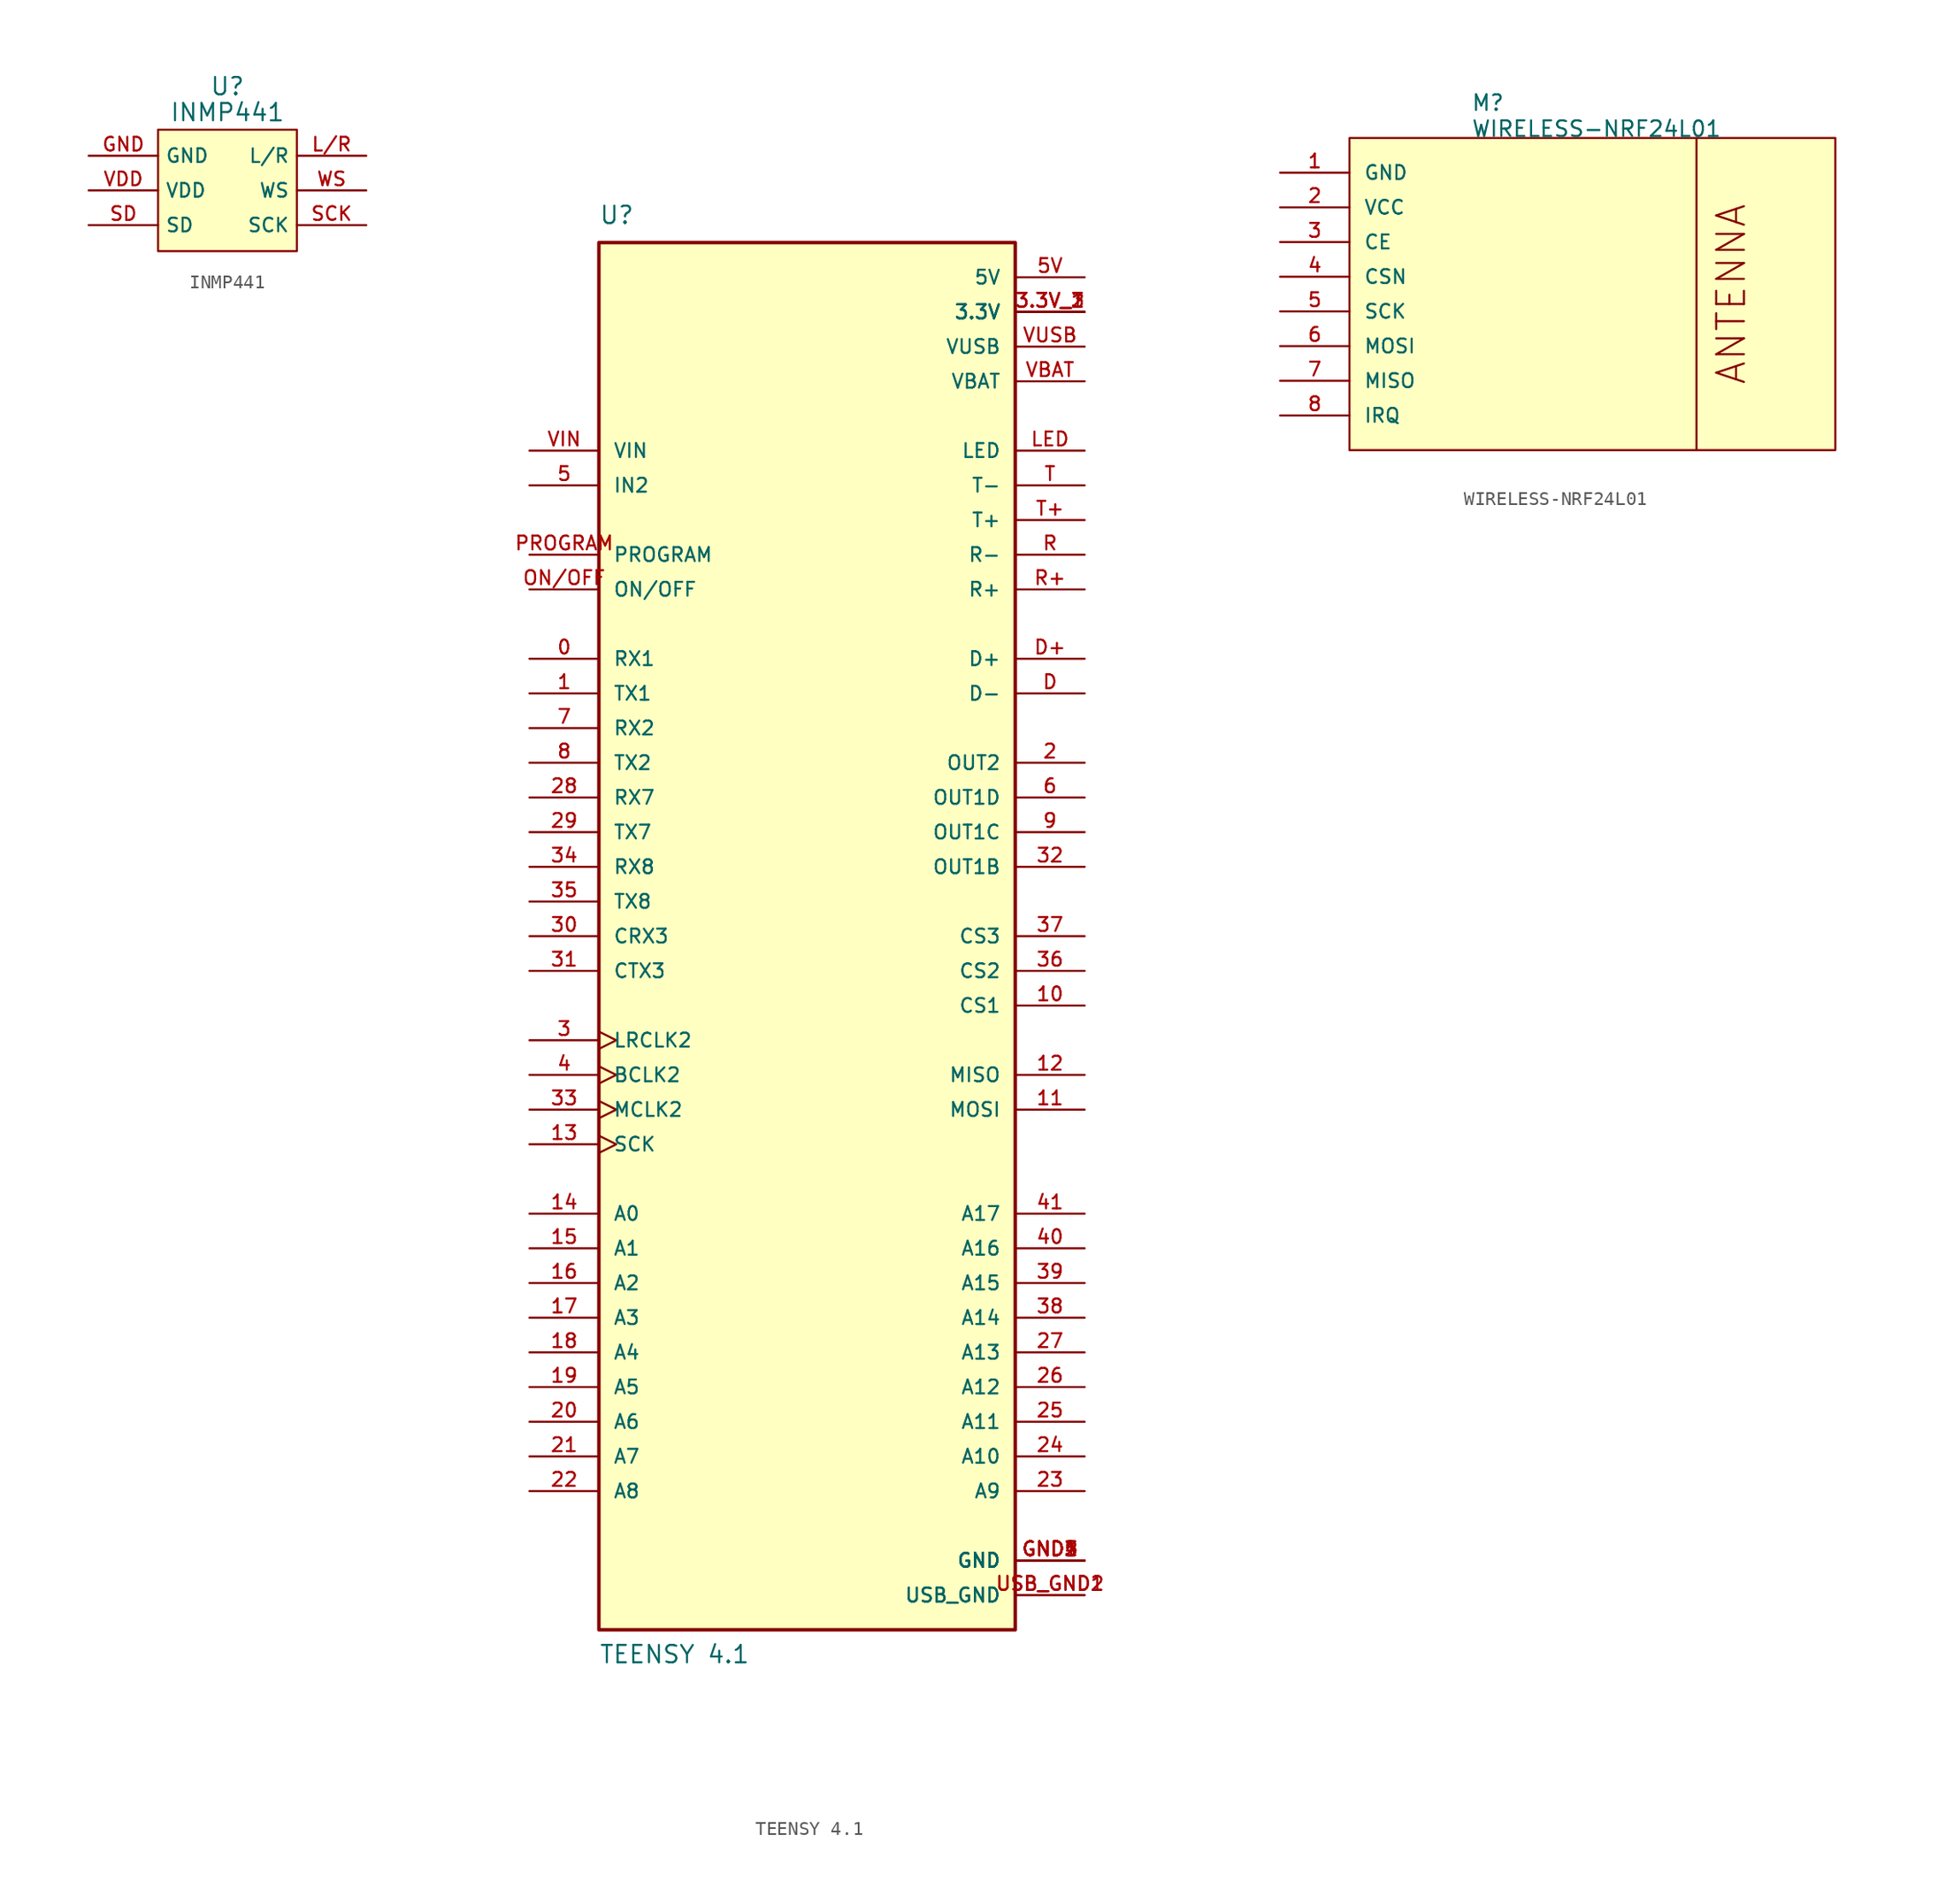
<source format=kicad_sym>
(kicad_symbol_lib
  (version 20231120)
  (generator "kicad_symbol_editor")
  (generator_version "8.0")
  (symbol "INMP441"
    (property "Reference" "U"
      (at 0 7.62 0)
      (effects (font (size 1.27 1.27))))
    (property "Value" "INMP441"
      (at 0 5.715 0)
      (effects (font (size 1.27 1.27))))
    (symbol "INMP441_0_1"
      (rectangle (start -5.08 4.445) (end 5.08 -4.445) (stroke (width 0) (type default)) (fill (type background))))
    (symbol "INMP441_1_1"
      (pin input line (at -10.16 2.54 0) (length 5.08) (name "GND" (effects (font (size 1 1)))) (number "GND" (effects (font (size 1 1)))))
      (pin input line (at 10.16 2.54 180) (length 5.08) (name "L/R" (effects (font (size 1 1)))) (number "L/R" (effects (font (size 1 1)))))
      (pin input line (at 10.16 -2.54 180) (length 5.08) (name "SCK" (effects (font (size 1 1)))) (number "SCK" (effects (font (size 1 1)))))
      (pin input line (at -10.16 -2.54 0) (length 5.08) (name "SD" (effects (font (size 1 1)))) (number "SD" (effects (font (size 1 1)))))
      (pin input line (at -10.16 0 0) (length 5.08) (name "VDD" (effects (font (size 1 1)))) (number "VDD" (effects (font (size 1 1)))))
      (pin input line (at 10.16 0 180) (length 5.08) (name "WS" (effects (font (size 1 1)))) (number "WS" (effects (font (size 1 1)))))))
  (symbol "TEENSY 4.1"
    (pin_names
      (offset 1.016))
    (property "Reference" "U"
      (at -15.24 52.07 0)
      (effects (font (size 1.27 1.27)) (justify left bottom)))
    (property "Value" "TEENSY 4.1"
      (at -15.24 -53.34 0)
      (effects (font (size 1.27 1.27)) (justify left bottom)))
    (symbol "TEENSY 4.1_0_0"
      (rectangle (start -15.24 -50.8) (end 15.24 50.8) (stroke (width 0.254) (type default)) (fill (type background)))
      (pin bidirectional line (at -20.32 20.32 0) (length 5.08) (name "RX1" (effects (font (size 1.016 1.016)))) (number "0" (effects (font (size 1.016 1.016)))))
      (pin bidirectional line (at -20.32 17.78 0) (length 5.08) (name "TX1" (effects (font (size 1.016 1.016)))) (number "1" (effects (font (size 1.016 1.016)))))
      (pin bidirectional line (at 20.32 -5.08 180) (length 5.08) (name "CS1" (effects (font (size 1.016 1.016)))) (number "10" (effects (font (size 1.016 1.016)))))
      (pin bidirectional line (at 20.32 -12.7 180) (length 5.08) (name "MOSI" (effects (font (size 1.016 1.016)))) (number "11" (effects (font (size 1.016 1.016)))))
      (pin bidirectional line (at 20.32 -10.16 180) (length 5.08) (name "MISO" (effects (font (size 1.016 1.016)))) (number "12" (effects (font (size 1.016 1.016)))))
      (pin bidirectional clock (at -20.32 -15.24 0) (length 5.08) (name "SCK" (effects (font (size 1.016 1.016)))) (number "13" (effects (font (size 1.016 1.016)))))
      (pin bidirectional line (at -20.32 -20.32 0) (length 5.08) (name "A0" (effects (font (size 1.016 1.016)))) (number "14" (effects (font (size 1.016 1.016)))))
      (pin bidirectional line (at -20.32 -22.86 0) (length 5.08) (name "A1" (effects (font (size 1.016 1.016)))) (number "15" (effects (font (size 1.016 1.016)))))
      (pin bidirectional line (at -20.32 -25.4 0) (length 5.08) (name "A2" (effects (font (size 1.016 1.016)))) (number "16" (effects (font (size 1.016 1.016)))))
      (pin bidirectional line (at -20.32 -27.94 0) (length 5.08) (name "A3" (effects (font (size 1.016 1.016)))) (number "17" (effects (font (size 1.016 1.016)))))
      (pin bidirectional line (at -20.32 -30.48 0) (length 5.08) (name "A4" (effects (font (size 1.016 1.016)))) (number "18" (effects (font (size 1.016 1.016)))))
      (pin bidirectional line (at -20.32 -33.02 0) (length 5.08) (name "A5" (effects (font (size 1.016 1.016)))) (number "19" (effects (font (size 1.016 1.016)))))
      (pin output line (at 20.32 12.7 180) (length 5.08) (name "OUT2" (effects (font (size 1.016 1.016)))) (number "2" (effects (font (size 1.016 1.016)))))
      (pin bidirectional line (at -20.32 -35.56 0) (length 5.08) (name "A6" (effects (font (size 1.016 1.016)))) (number "20" (effects (font (size 1.016 1.016)))))
      (pin bidirectional line (at -20.32 -38.1 0) (length 5.08) (name "A7" (effects (font (size 1.016 1.016)))) (number "21" (effects (font (size 1.016 1.016)))))
      (pin bidirectional line (at -20.32 -40.64 0) (length 5.08) (name "A8" (effects (font (size 1.016 1.016)))) (number "22" (effects (font (size 1.016 1.016)))))
      (pin bidirectional line (at 20.32 -40.64 180) (length 5.08) (name "A9" (effects (font (size 1.016 1.016)))) (number "23" (effects (font (size 1.016 1.016)))))
      (pin bidirectional line (at 20.32 -38.1 180) (length 5.08) (name "A10" (effects (font (size 1.016 1.016)))) (number "24" (effects (font (size 1.016 1.016)))))
      (pin bidirectional line (at 20.32 -35.56 180) (length 5.08) (name "A11" (effects (font (size 1.016 1.016)))) (number "25" (effects (font (size 1.016 1.016)))))
      (pin bidirectional line (at 20.32 -33.02 180) (length 5.08) (name "A12" (effects (font (size 1.016 1.016)))) (number "26" (effects (font (size 1.016 1.016)))))
      (pin bidirectional line (at 20.32 -30.48 180) (length 5.08) (name "A13" (effects (font (size 1.016 1.016)))) (number "27" (effects (font (size 1.016 1.016)))))
      (pin bidirectional line (at -20.32 10.16 0) (length 5.08) (name "RX7" (effects (font (size 1.016 1.016)))) (number "28" (effects (font (size 1.016 1.016)))))
      (pin bidirectional line (at -20.32 7.62 0) (length 5.08) (name "TX7" (effects (font (size 1.016 1.016)))) (number "29" (effects (font (size 1.016 1.016)))))
      (pin bidirectional clock (at -20.32 -7.62 0) (length 5.08) (name "LRCLK2" (effects (font (size 1.016 1.016)))) (number "3" (effects (font (size 1.016 1.016)))))
      (pin power_in line (at 20.32 45.72 180) (length 5.08) (name "3.3V" (effects (font (size 1.016 1.016)))) (number "3.3V_1" (effects (font (size 1.016 1.016)))))
      (pin power_in line (at 20.32 45.72 180) (length 5.08) (name "3.3V" (effects (font (size 1.016 1.016)))) (number "3.3V_2" (effects (font (size 1.016 1.016)))))
      (pin power_in line (at 20.32 45.72 180) (length 5.08) (name "3.3V" (effects (font (size 1.016 1.016)))) (number "3.3V_3" (effects (font (size 1.016 1.016)))))
      (pin bidirectional line (at -20.32 0 0) (length 5.08) (name "CRX3" (effects (font (size 1.016 1.016)))) (number "30" (effects (font (size 1.016 1.016)))))
      (pin bidirectional line (at -20.32 -2.54 0) (length 5.08) (name "CTX3" (effects (font (size 1.016 1.016)))) (number "31" (effects (font (size 1.016 1.016)))))
      (pin output line (at 20.32 5.08 180) (length 5.08) (name "OUT1B" (effects (font (size 1.016 1.016)))) (number "32" (effects (font (size 1.016 1.016)))))
      (pin bidirectional clock (at -20.32 -12.7 0) (length 5.08) (name "MCLK2" (effects (font (size 1.016 1.016)))) (number "33" (effects (font (size 1.016 1.016)))))
      (pin bidirectional line (at -20.32 5.08 0) (length 5.08) (name "RX8" (effects (font (size 1.016 1.016)))) (number "34" (effects (font (size 1.016 1.016)))))
      (pin bidirectional line (at -20.32 2.54 0) (length 5.08) (name "TX8" (effects (font (size 1.016 1.016)))) (number "35" (effects (font (size 1.016 1.016)))))
      (pin bidirectional line (at 20.32 -2.54 180) (length 5.08) (name "CS2" (effects (font (size 1.016 1.016)))) (number "36" (effects (font (size 1.016 1.016)))))
      (pin bidirectional line (at 20.32 0 180) (length 5.08) (name "CS3" (effects (font (size 1.016 1.016)))) (number "37" (effects (font (size 1.016 1.016)))))
      (pin bidirectional line (at 20.32 -27.94 180) (length 5.08) (name "A14" (effects (font (size 1.016 1.016)))) (number "38" (effects (font (size 1.016 1.016)))))
      (pin bidirectional line (at 20.32 -25.4 180) (length 5.08) (name "A15" (effects (font (size 1.016 1.016)))) (number "39" (effects (font (size 1.016 1.016)))))
      (pin bidirectional clock (at -20.32 -10.16 0) (length 5.08) (name "BCLK2" (effects (font (size 1.016 1.016)))) (number "4" (effects (font (size 1.016 1.016)))))
      (pin bidirectional line (at 20.32 -22.86 180) (length 5.08) (name "A16" (effects (font (size 1.016 1.016)))) (number "40" (effects (font (size 1.016 1.016)))))
      (pin bidirectional line (at 20.32 -20.32 180) (length 5.08) (name "A17" (effects (font (size 1.016 1.016)))) (number "41" (effects (font (size 1.016 1.016)))))
      (pin bidirectional line (at -20.32 33.02 0) (length 5.08) (name "IN2" (effects (font (size 1.016 1.016)))) (number "5" (effects (font (size 1.016 1.016)))))
      (pin power_in line (at 20.32 48.26 180) (length 5.08) (name "5V" (effects (font (size 1.016 1.016)))) (number "5V" (effects (font (size 1.016 1.016)))))
      (pin output line (at 20.32 10.16 180) (length 5.08) (name "OUT1D" (effects (font (size 1.016 1.016)))) (number "6" (effects (font (size 1.016 1.016)))))
      (pin bidirectional line (at -20.32 15.24 0) (length 5.08) (name "RX2" (effects (font (size 1.016 1.016)))) (number "7" (effects (font (size 1.016 1.016)))))
      (pin bidirectional line (at -20.32 12.7 0) (length 5.08) (name "TX2" (effects (font (size 1.016 1.016)))) (number "8" (effects (font (size 1.016 1.016)))))
      (pin output line (at 20.32 7.62 180) (length 5.08) (name "OUT1C" (effects (font (size 1.016 1.016)))) (number "9" (effects (font (size 1.016 1.016)))))
      (pin bidirectional line (at 20.32 17.78 180) (length 5.08) (name "D-" (effects (font (size 1.016 1.016)))) (number "D" (effects (font (size 1.016 1.016)))))
      (pin bidirectional line (at 20.32 20.32 180) (length 5.08) (name "D+" (effects (font (size 1.016 1.016)))) (number "D+" (effects (font (size 1.016 1.016)))))
      (pin power_in line (at 20.32 -45.72 180) (length 5.08) (name "GND" (effects (font (size 1.016 1.016)))) (number "GND1" (effects (font (size 1.016 1.016)))))
      (pin power_in line (at 20.32 -45.72 180) (length 5.08) (name "GND" (effects (font (size 1.016 1.016)))) (number "GND2" (effects (font (size 1.016 1.016)))))
      (pin power_in line (at 20.32 -45.72 180) (length 5.08) (name "GND" (effects (font (size 1.016 1.016)))) (number "GND3" (effects (font (size 1.016 1.016)))))
      (pin power_in line (at 20.32 -45.72 180) (length 5.08) (name "GND" (effects (font (size 1.016 1.016)))) (number "GND4" (effects (font (size 1.016 1.016)))))
      (pin power_in line (at 20.32 -45.72 180) (length 5.08) (name "GND" (effects (font (size 1.016 1.016)))) (number "GND5" (effects (font (size 1.016 1.016)))))
      (pin bidirectional line (at 20.32 35.56 180) (length 5.08) (name "LED" (effects (font (size 1.016 1.016)))) (number "LED" (effects (font (size 1.016 1.016)))))
      (pin bidirectional line (at -20.32 25.4 0) (length 5.08) (name "ON/OFF" (effects (font (size 1.016 1.016)))) (number "ON/OFF" (effects (font (size 1.016 1.016)))))
      (pin bidirectional line (at -20.32 27.94 0) (length 5.08) (name "PROGRAM" (effects (font (size 1.016 1.016)))) (number "PROGRAM" (effects (font (size 1.016 1.016)))))
      (pin bidirectional line (at 20.32 27.94 180) (length 5.08) (name "R-" (effects (font (size 1.016 1.016)))) (number "R" (effects (font (size 1.016 1.016)))))
      (pin bidirectional line (at 20.32 25.4 180) (length 5.08) (name "R+" (effects (font (size 1.016 1.016)))) (number "R+" (effects (font (size 1.016 1.016)))))
      (pin bidirectional line (at 20.32 33.02 180) (length 5.08) (name "T-" (effects (font (size 1.016 1.016)))) (number "T" (effects (font (size 1.016 1.016)))))
      (pin bidirectional line (at 20.32 30.48 180) (length 5.08) (name "T+" (effects (font (size 1.016 1.016)))) (number "T+" (effects (font (size 1.016 1.016)))))
      (pin power_in line (at 20.32 -48.26 180) (length 5.08) (name "USB_GND" (effects (font (size 1.016 1.016)))) (number "USB_GND1" (effects (font (size 1.016 1.016)))))
      (pin power_in line (at 20.32 -48.26 180) (length 5.08) (name "USB_GND" (effects (font (size 1.016 1.016)))) (number "USB_GND2" (effects (font (size 1.016 1.016)))))
      (pin passive line (at 20.32 40.64 180) (length 5.08) (name "VBAT" (effects (font (size 1.016 1.016)))) (number "VBAT" (effects (font (size 1.016 1.016)))))
      (pin input line (at -20.32 35.56 0) (length 5.08) (name "VIN" (effects (font (size 1.016 1.016)))) (number "VIN" (effects (font (size 1.016 1.016)))))
      (pin passive line (at 20.32 43.18 180) (length 5.08) (name "VUSB" (effects (font (size 1.016 1.016)))) (number "VUSB" (effects (font (size 1.016 1.016)))))))
  (symbol "WIRELESS-NRF24L01"
    (pin_names
      (offset 1.016))
    (property "Reference" "M"
      (at -8.89 14.605 0)
      (effects (font (size 1.143 1.143)) (justify left bottom)))
    (property "Value" "WIRELESS-NRF24L01"
      (at -8.89 12.7 0)
      (effects (font (size 1.143 1.143)) (justify left bottom)))
    (property "ki_locked" ""
      (at 0 0 0)
      (effects (font (size 1.27 1.27))))
    (symbol "WIRELESS-NRF24L01_1_0"
      (rectangle (start -17.78 12.7) (end 17.78 -10.16) (stroke (width 0) (type default)) (fill (type background)))
      (polyline (pts (xy 7.62 12.7) (xy 7.62 -10.16)) (stroke (width 0) (type default)) (fill (type none)))
      (text "ANTENNA" (at 10.16 1.27 900) (effects (font (size 2.032 2.032)))))
    (symbol "WIRELESS-NRF24L01_1_1"
      (pin power_in line (at -22.86 10.16 0) (length 5.08) (name "GND" (effects (font (size 1.016 1.016)))) (number "1" (effects (font (size 1.016 1.016)))))
      (pin power_in line (at -22.86 7.62 0) (length 5.08) (name "VCC" (effects (font (size 1.016 1.016)))) (number "2" (effects (font (size 1.016 1.016)))))
      (pin bidirectional line (at -22.86 5.08 0) (length 5.08) (name "CE" (effects (font (size 1.016 1.016)))) (number "3" (effects (font (size 1.016 1.016)))))
      (pin bidirectional line (at -22.86 2.54 0) (length 5.08) (name "CSN" (effects (font (size 1.016 1.016)))) (number "4" (effects (font (size 1.016 1.016)))))
      (pin bidirectional line (at -22.86 0 0) (length 5.08) (name "SCK" (effects (font (size 1.016 1.016)))) (number "5" (effects (font (size 1.016 1.016)))))
      (pin bidirectional line (at -22.86 -2.54 0) (length 5.08) (name "MOSI" (effects (font (size 1.016 1.016)))) (number "6" (effects (font (size 1.016 1.016)))))
      (pin bidirectional line (at -22.86 -5.08 0) (length 5.08) (name "MISO" (effects (font (size 1.016 1.016)))) (number "7" (effects (font (size 1.016 1.016)))))
      (pin bidirectional line (at -22.86 -7.62 0) (length 5.08) (name "IRQ" (effects (font (size 1.016 1.016)))) (number "8" (effects (font (size 1.016 1.016))))))))
</source>
